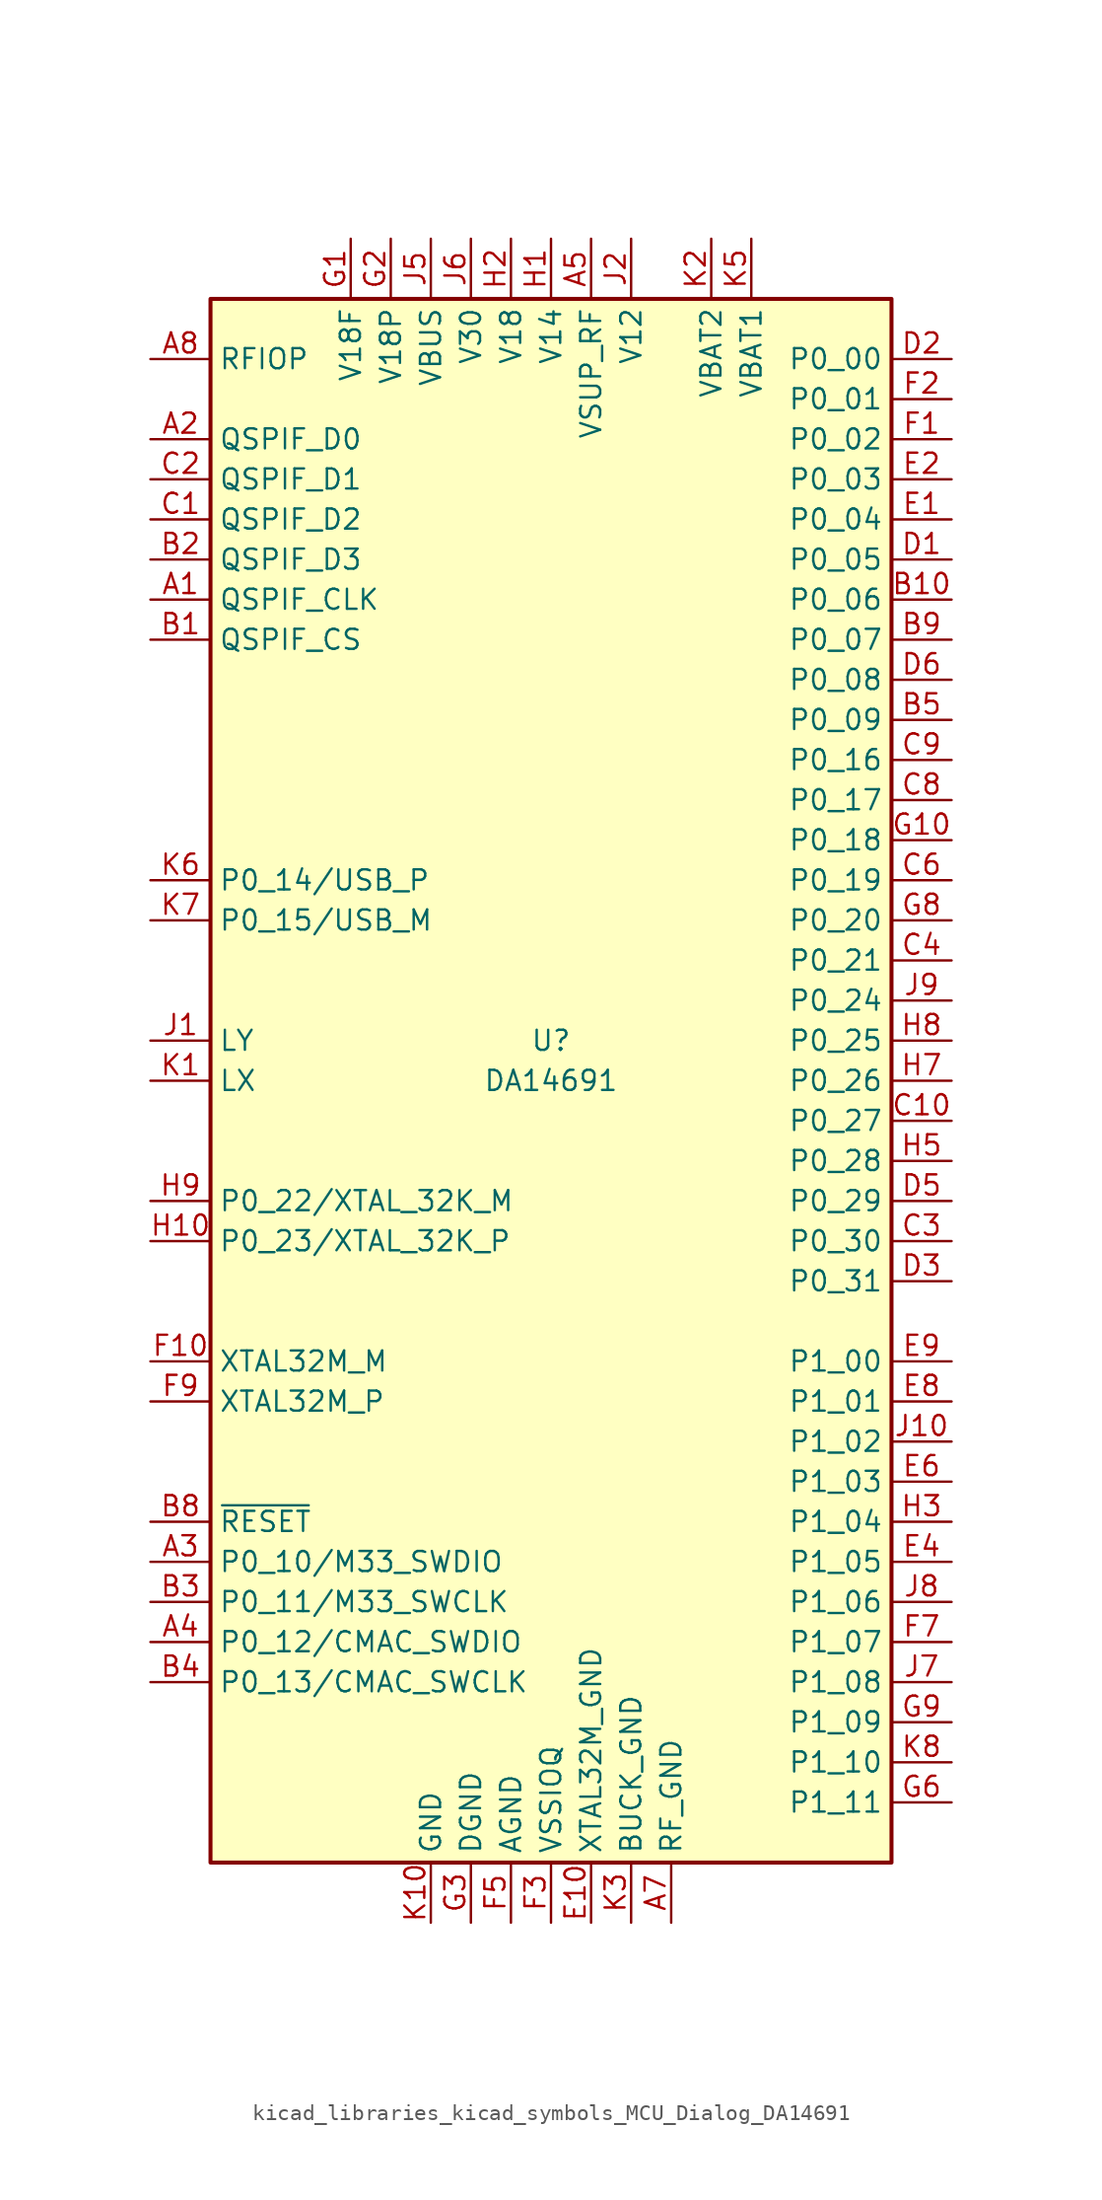
<source format=kicad_sym>
(kicad_symbol_lib
  (version 20220914)
  (generator kicad_symbol_editor)
  (symbol "kicad_libraries_kicad_symbols_MCU_Dialog_DA14691"
    (property "Reference" "U"
      (at 0 2.54 0)
      (effects (font (size 1.27 1.27))))
    (property "Value" "DA14691"
      (at 0 0 0)
      (effects (font (size 1.27 1.27))))
    (symbol "kicad_libraries_kicad_symbols_MCU_Dialog_DA14691_1_1"
      (rectangle (start -21.59 49.53) (end 21.59 -49.53) (stroke (width 0.254) (type default)) (fill (type background)))
      (pin output line (at -25.4 30.48 0) (length 3.81) (name "QSPIF_CLK" (effects (font (size 1.27 1.27)))) (number "A1" (effects (font (size 1.27 1.27)))))
      (pin passive line (at 7.62 -53.34 90) (length 3.81) hide (name "RF_GND" (effects (font (size 1.27 1.27)))) (number "A10" (effects (font (size 1.27 1.27)))))
      (pin bidirectional line (at -25.4 40.64 0) (length 3.81) (name "QSPIF_D0" (effects (font (size 1.27 1.27)))) (number "A2" (effects (font (size 1.27 1.27)))))
      (pin bidirectional line (at -25.4 -30.48 0) (length 3.81) (name "P0_10/M33_SWDIO" (effects (font (size 1.27 1.27)))) (number "A3" (effects (font (size 1.27 1.27)))))
      (pin bidirectional line (at -25.4 -35.56 0) (length 3.81) (name "P0_12/CMAC_SWDIO" (effects (font (size 1.27 1.27)))) (number "A4" (effects (font (size 1.27 1.27)))))
      (pin power_in line (at 2.54 53.34 270) (length 3.81) (name "VSUP_RF" (effects (font (size 1.27 1.27)))) (number "A5" (effects (font (size 1.27 1.27)))))
      (pin passive line (at 7.62 -53.34 90) (length 3.81) hide (name "RF_GND" (effects (font (size 1.27 1.27)))) (number "A6" (effects (font (size 1.27 1.27)))))
      (pin power_in line (at 7.62 -53.34 90) (length 3.81) (name "RF_GND" (effects (font (size 1.27 1.27)))) (number "A7" (effects (font (size 1.27 1.27)))))
      (pin bidirectional line (at -25.4 45.72 0) (length 3.81) (name "RFIOP" (effects (font (size 1.27 1.27)))) (number "A8" (effects (font (size 1.27 1.27)))))
      (pin passive line (at 7.62 -53.34 90) (length 3.81) hide (name "RF_GND" (effects (font (size 1.27 1.27)))) (number "A9" (effects (font (size 1.27 1.27)))))
      (pin output line (at -25.4 27.94 0) (length 3.81) (name "QSPIF_CS" (effects (font (size 1.27 1.27)))) (number "B1" (effects (font (size 1.27 1.27)))))
      (pin bidirectional line (at 25.4 30.48 180) (length 3.81) (name "P0_06" (effects (font (size 1.27 1.27)))) (number "B10" (effects (font (size 1.27 1.27)))))
      (pin bidirectional line (at -25.4 33.02 0) (length 3.81) (name "QSPIF_D3" (effects (font (size 1.27 1.27)))) (number "B2" (effects (font (size 1.27 1.27)))))
      (pin bidirectional line (at -25.4 -33.02 0) (length 3.81) (name "P0_11/M33_SWCLK" (effects (font (size 1.27 1.27)))) (number "B3" (effects (font (size 1.27 1.27)))))
      (pin bidirectional line (at -25.4 -38.1 0) (length 3.81) (name "P0_13/CMAC_SWCLK" (effects (font (size 1.27 1.27)))) (number "B4" (effects (font (size 1.27 1.27)))))
      (pin bidirectional line (at 25.4 22.86 180) (length 3.81) (name "P0_09" (effects (font (size 1.27 1.27)))) (number "B5" (effects (font (size 1.27 1.27)))))
      (pin passive line (at 7.62 -53.34 90) (length 3.81) hide (name "RF_GND" (effects (font (size 1.27 1.27)))) (number "B7" (effects (font (size 1.27 1.27)))))
      (pin input line (at -25.4 -27.94 0) (length 3.81) (name "~{RESET}" (effects (font (size 1.27 1.27)))) (number "B8" (effects (font (size 1.27 1.27)))))
      (pin bidirectional line (at 25.4 27.94 180) (length 3.81) (name "P0_07" (effects (font (size 1.27 1.27)))) (number "B9" (effects (font (size 1.27 1.27)))))
      (pin bidirectional line (at -25.4 35.56 0) (length 3.81) (name "QSPIF_D2" (effects (font (size 1.27 1.27)))) (number "C1" (effects (font (size 1.27 1.27)))))
      (pin bidirectional line (at 25.4 -2.54 180) (length 3.81) (name "P0_27" (effects (font (size 1.27 1.27)))) (number "C10" (effects (font (size 1.27 1.27)))))
      (pin bidirectional line (at -25.4 38.1 0) (length 3.81) (name "QSPIF_D1" (effects (font (size 1.27 1.27)))) (number "C2" (effects (font (size 1.27 1.27)))))
      (pin bidirectional line (at 25.4 -10.16 180) (length 3.81) (name "P0_30" (effects (font (size 1.27 1.27)))) (number "C3" (effects (font (size 1.27 1.27)))))
      (pin bidirectional line (at 25.4 7.62 180) (length 3.81) (name "P0_21" (effects (font (size 1.27 1.27)))) (number "C4" (effects (font (size 1.27 1.27)))))
      (pin bidirectional line (at 25.4 12.7 180) (length 3.81) (name "P0_19" (effects (font (size 1.27 1.27)))) (number "C6" (effects (font (size 1.27 1.27)))))
      (pin bidirectional line (at 25.4 17.78 180) (length 3.81) (name "P0_17" (effects (font (size 1.27 1.27)))) (number "C8" (effects (font (size 1.27 1.27)))))
      (pin bidirectional line (at 25.4 20.32 180) (length 3.81) (name "P0_16" (effects (font (size 1.27 1.27)))) (number "C9" (effects (font (size 1.27 1.27)))))
      (pin bidirectional line (at 25.4 33.02 180) (length 3.81) (name "P0_05" (effects (font (size 1.27 1.27)))) (number "D1" (effects (font (size 1.27 1.27)))))
      (pin passive line (at 7.62 -53.34 90) (length 3.81) hide (name "RF_GND" (effects (font (size 1.27 1.27)))) (number "D10" (effects (font (size 1.27 1.27)))))
      (pin bidirectional line (at 25.4 45.72 180) (length 3.81) (name "P0_00" (effects (font (size 1.27 1.27)))) (number "D2" (effects (font (size 1.27 1.27)))))
      (pin bidirectional line (at 25.4 -12.7 180) (length 3.81) (name "P0_31" (effects (font (size 1.27 1.27)))) (number "D3" (effects (font (size 1.27 1.27)))))
      (pin bidirectional line (at 25.4 -7.62 180) (length 3.81) (name "P0_29" (effects (font (size 1.27 1.27)))) (number "D5" (effects (font (size 1.27 1.27)))))
      (pin bidirectional line (at 25.4 25.4 180) (length 3.81) (name "P0_08" (effects (font (size 1.27 1.27)))) (number "D6" (effects (font (size 1.27 1.27)))))
      (pin passive line (at 7.62 -53.34 90) (length 3.81) hide (name "RF_GND" (effects (font (size 1.27 1.27)))) (number "D9" (effects (font (size 1.27 1.27)))))
      (pin bidirectional line (at 25.4 35.56 180) (length 3.81) (name "P0_04" (effects (font (size 1.27 1.27)))) (number "E1" (effects (font (size 1.27 1.27)))))
      (pin passive line (at 2.54 -53.34 90) (length 3.81) (name "XTAL32M_GND" (effects (font (size 1.27 1.27)))) (number "E10" (effects (font (size 1.27 1.27)))))
      (pin bidirectional line (at 25.4 38.1 180) (length 3.81) (name "P0_03" (effects (font (size 1.27 1.27)))) (number "E2" (effects (font (size 1.27 1.27)))))
      (pin bidirectional line (at 25.4 -30.48 180) (length 3.81) (name "P1_05" (effects (font (size 1.27 1.27)))) (number "E4" (effects (font (size 1.27 1.27)))))
      (pin bidirectional line (at 25.4 -25.4 180) (length 3.81) (name "P1_03" (effects (font (size 1.27 1.27)))) (number "E6" (effects (font (size 1.27 1.27)))))
      (pin bidirectional line (at 25.4 -20.32 180) (length 3.81) (name "P1_01" (effects (font (size 1.27 1.27)))) (number "E8" (effects (font (size 1.27 1.27)))))
      (pin bidirectional line (at 25.4 -17.78 180) (length 3.81) (name "P1_00" (effects (font (size 1.27 1.27)))) (number "E9" (effects (font (size 1.27 1.27)))))
      (pin bidirectional line (at 25.4 40.64 180) (length 3.81) (name "P0_02" (effects (font (size 1.27 1.27)))) (number "F1" (effects (font (size 1.27 1.27)))))
      (pin output line (at -25.4 -17.78 0) (length 3.81) (name "XTAL32M_M" (effects (font (size 1.27 1.27)))) (number "F10" (effects (font (size 1.27 1.27)))))
      (pin bidirectional line (at 25.4 43.18 180) (length 3.81) (name "P0_01" (effects (font (size 1.27 1.27)))) (number "F2" (effects (font (size 1.27 1.27)))))
      (pin power_in line (at 0 -53.34 90) (length 3.81) (name "VSSIOQ" (effects (font (size 1.27 1.27)))) (number "F3" (effects (font (size 1.27 1.27)))))
      (pin passive line (at -5.08 -53.34 90) (length 3.81) hide (name "DGND" (effects (font (size 1.27 1.27)))) (number "F4" (effects (font (size 1.27 1.27)))))
      (pin power_in line (at -2.54 -53.34 90) (length 3.81) (name "AGND" (effects (font (size 1.27 1.27)))) (number "F5" (effects (font (size 1.27 1.27)))))
      (pin bidirectional line (at 25.4 -35.56 180) (length 3.81) (name "P1_07" (effects (font (size 1.27 1.27)))) (number "F7" (effects (font (size 1.27 1.27)))))
      (pin input line (at -25.4 -20.32 0) (length 3.81) (name "XTAL32M_P" (effects (font (size 1.27 1.27)))) (number "F9" (effects (font (size 1.27 1.27)))))
      (pin power_out line (at -12.7 53.34 270) (length 3.81) (name "V18F" (effects (font (size 1.27 1.27)))) (number "G1" (effects (font (size 1.27 1.27)))))
      (pin bidirectional line (at 25.4 15.24 180) (length 3.81) (name "P0_18" (effects (font (size 1.27 1.27)))) (number "G10" (effects (font (size 1.27 1.27)))))
      (pin power_out line (at -10.16 53.34 270) (length 3.81) (name "V18P" (effects (font (size 1.27 1.27)))) (number "G2" (effects (font (size 1.27 1.27)))))
      (pin power_in line (at -5.08 -53.34 90) (length 3.81) (name "DGND" (effects (font (size 1.27 1.27)))) (number "G3" (effects (font (size 1.27 1.27)))))
      (pin passive line (at -5.08 -53.34 90) (length 3.81) hide (name "DGND" (effects (font (size 1.27 1.27)))) (number "G4" (effects (font (size 1.27 1.27)))))
      (pin passive line (at -2.54 -53.34 90) (length 3.81) hide (name "AGND" (effects (font (size 1.27 1.27)))) (number "G5" (effects (font (size 1.27 1.27)))))
      (pin bidirectional line (at 25.4 -45.72 180) (length 3.81) (name "P1_11" (effects (font (size 1.27 1.27)))) (number "G6" (effects (font (size 1.27 1.27)))))
      (pin bidirectional line (at 25.4 10.16 180) (length 3.81) (name "P0_20" (effects (font (size 1.27 1.27)))) (number "G8" (effects (font (size 1.27 1.27)))))
      (pin bidirectional line (at 25.4 -40.64 180) (length 3.81) (name "P1_09" (effects (font (size 1.27 1.27)))) (number "G9" (effects (font (size 1.27 1.27)))))
      (pin power_out line (at 0 53.34 270) (length 3.81) (name "V14" (effects (font (size 1.27 1.27)))) (number "H1" (effects (font (size 1.27 1.27)))))
      (pin bidirectional line (at -25.4 -10.16 0) (length 3.81) (name "P0_23/XTAL_32K_P" (effects (font (size 1.27 1.27)))) (number "H10" (effects (font (size 1.27 1.27)))))
      (pin power_out line (at -2.54 53.34 270) (length 3.81) (name "V18" (effects (font (size 1.27 1.27)))) (number "H2" (effects (font (size 1.27 1.27)))))
      (pin bidirectional line (at 25.4 -27.94 180) (length 3.81) (name "P1_04" (effects (font (size 1.27 1.27)))) (number "H3" (effects (font (size 1.27 1.27)))))
      (pin bidirectional line (at 25.4 -5.08 180) (length 3.81) (name "P0_28" (effects (font (size 1.27 1.27)))) (number "H5" (effects (font (size 1.27 1.27)))))
      (pin bidirectional line (at 25.4 0 180) (length 3.81) (name "P0_26" (effects (font (size 1.27 1.27)))) (number "H7" (effects (font (size 1.27 1.27)))))
      (pin bidirectional line (at 25.4 2.54 180) (length 3.81) (name "P0_25" (effects (font (size 1.27 1.27)))) (number "H8" (effects (font (size 1.27 1.27)))))
      (pin bidirectional line (at -25.4 -7.62 0) (length 3.81) (name "P0_22/XTAL_32K_M" (effects (font (size 1.27 1.27)))) (number "H9" (effects (font (size 1.27 1.27)))))
      (pin passive line (at -25.4 2.54 0) (length 3.81) (name "LY" (effects (font (size 1.27 1.27)))) (number "J1" (effects (font (size 1.27 1.27)))))
      (pin bidirectional line (at 25.4 -22.86 180) (length 3.81) (name "P1_02" (effects (font (size 1.27 1.27)))) (number "J10" (effects (font (size 1.27 1.27)))))
      (pin power_out line (at 5.08 53.34 270) (length 3.81) (name "V12" (effects (font (size 1.27 1.27)))) (number "J2" (effects (font (size 1.27 1.27)))))
      (pin passive line (at -7.62 -53.34 90) (length 3.81) hide (name "GND" (effects (font (size 1.27 1.27)))) (number "J3" (effects (font (size 1.27 1.27)))))
      (pin no_connect line (at -20.32 -45.72 0) (length 3.81) hide (name "NC" (effects (font (size 1.27 1.27)))) (number "J4" (effects (font (size 1.27 1.27)))))
      (pin power_in line (at -7.62 53.34 270) (length 3.81) (name "VBUS" (effects (font (size 1.27 1.27)))) (number "J5" (effects (font (size 1.27 1.27)))))
      (pin power_out line (at -5.08 53.34 270) (length 3.81) (name "V30" (effects (font (size 1.27 1.27)))) (number "J6" (effects (font (size 1.27 1.27)))))
      (pin bidirectional line (at 25.4 -38.1 180) (length 3.81) (name "P1_08" (effects (font (size 1.27 1.27)))) (number "J7" (effects (font (size 1.27 1.27)))))
      (pin bidirectional line (at 25.4 -33.02 180) (length 3.81) (name "P1_06" (effects (font (size 1.27 1.27)))) (number "J8" (effects (font (size 1.27 1.27)))))
      (pin bidirectional line (at 25.4 5.08 180) (length 3.81) (name "P0_24" (effects (font (size 1.27 1.27)))) (number "J9" (effects (font (size 1.27 1.27)))))
      (pin passive line (at -25.4 0 0) (length 3.81) (name "LX" (effects (font (size 1.27 1.27)))) (number "K1" (effects (font (size 1.27 1.27)))))
      (pin power_in line (at -7.62 -53.34 90) (length 3.81) (name "GND" (effects (font (size 1.27 1.27)))) (number "K10" (effects (font (size 1.27 1.27)))))
      (pin power_out line (at 10.16 53.34 270) (length 3.81) (name "VBAT2" (effects (font (size 1.27 1.27)))) (number "K2" (effects (font (size 1.27 1.27)))))
      (pin power_in line (at 5.08 -53.34 90) (length 3.81) (name "BUCK_GND" (effects (font (size 1.27 1.27)))) (number "K3" (effects (font (size 1.27 1.27)))))
      (pin no_connect line (at -20.32 -48.26 0) (length 3.81) hide (name "NC" (effects (font (size 1.27 1.27)))) (number "K4" (effects (font (size 1.27 1.27)))))
      (pin power_out line (at 12.7 53.34 270) (length 3.81) (name "VBAT1" (effects (font (size 1.27 1.27)))) (number "K5" (effects (font (size 1.27 1.27)))))
      (pin bidirectional line (at -25.4 12.7 0) (length 3.81) (name "P0_14/USB_P" (effects (font (size 1.27 1.27)))) (number "K6" (effects (font (size 1.27 1.27)))))
      (pin bidirectional line (at -25.4 10.16 0) (length 3.81) (name "P0_15/USB_M" (effects (font (size 1.27 1.27)))) (number "K7" (effects (font (size 1.27 1.27)))))
      (pin bidirectional line (at 25.4 -43.18 180) (length 3.81) (name "P1_10" (effects (font (size 1.27 1.27)))) (number "K8" (effects (font (size 1.27 1.27)))))
      (pin passive line (at -7.62 -53.34 90) (length 3.81) hide (name "GND" (effects (font (size 1.27 1.27)))) (number "K9" (effects (font (size 1.27 1.27))))))))
</source>
